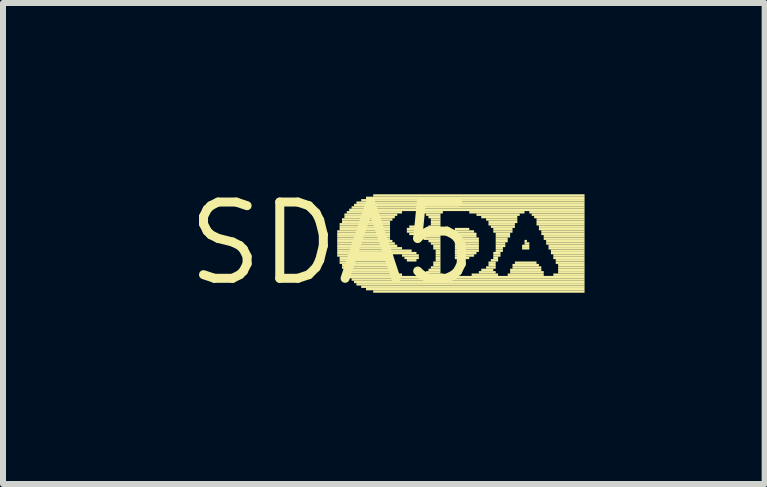
<source format=kicad_pcb>
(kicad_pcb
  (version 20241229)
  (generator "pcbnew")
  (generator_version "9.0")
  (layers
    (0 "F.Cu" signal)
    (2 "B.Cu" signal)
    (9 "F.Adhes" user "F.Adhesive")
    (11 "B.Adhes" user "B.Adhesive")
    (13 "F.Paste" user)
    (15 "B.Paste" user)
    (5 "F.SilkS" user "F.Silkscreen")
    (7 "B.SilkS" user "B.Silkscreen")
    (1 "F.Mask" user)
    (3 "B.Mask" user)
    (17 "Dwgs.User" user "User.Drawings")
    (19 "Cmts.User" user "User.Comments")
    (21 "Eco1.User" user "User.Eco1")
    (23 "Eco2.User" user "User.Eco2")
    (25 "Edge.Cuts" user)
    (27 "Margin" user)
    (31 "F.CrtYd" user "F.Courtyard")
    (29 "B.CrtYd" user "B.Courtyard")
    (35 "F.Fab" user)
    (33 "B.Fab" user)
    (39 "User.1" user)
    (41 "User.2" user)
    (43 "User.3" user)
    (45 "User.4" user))
  (footprint "SDA5"
    (layer "F.Cu")
    (at 2.487 1.006)
    (property "Reference" "SDA5" (at 0 0 0) (layer "F.SilkS") (effects (font (size 1.27 1.27) (thickness 0.15))))
    (fp_poly (pts (xy 0.08 -0.18) (xy 0.96 -0.18) (xy 0.96 -0.22) (xy 0.08 -0.22)) (stroke (width 0) (type default)) (fill yes) (layer "F.SilkS"))
    (fp_poly (pts (xy 0.08 -0.14) (xy 0.96 -0.14) (xy 0.96 -0.18) (xy 0.08 -0.18)) (stroke (width 0) (type default)) (fill yes) (layer "F.SilkS"))
    (fp_poly (pts (xy 0.08 -0.1) (xy 0.96 -0.1) (xy 0.96 -0.14) (xy 0.08 -0.14)) (stroke (width 0) (type default)) (fill yes) (layer "F.SilkS"))
    (fp_poly (pts (xy 0.08 -0.06) (xy 0.96 -0.06) (xy 0.96 -0.1) (xy 0.08 -0.1)) (stroke (width 0) (type default)) (fill yes) (layer "F.SilkS"))
    (fp_poly (pts (xy 0.08 -0.02) (xy 1 -0.02) (xy 1 -0.06) (xy 0.08 -0.06)) (stroke (width 0) (type default)) (fill yes) (layer "F.SilkS"))
    (fp_poly (pts (xy 0.08 0.02) (xy 1.04 0.02) (xy 1.04 -0.02) (xy 0.08 -0.02)) (stroke (width 0) (type default)) (fill yes) (layer "F.SilkS"))
    (fp_poly (pts (xy 0.08 0.06) (xy 1.08 0.06) (xy 1.08 0.02) (xy 0.08 0.02)) (stroke (width 0) (type default)) (fill yes) (layer "F.SilkS"))
    (fp_poly (pts (xy 0.08 0.1) (xy 1.16 0.1) (xy 1.16 0.06) (xy 0.08 0.06)) (stroke (width 0) (type default)) (fill yes) (layer "F.SilkS"))
    (fp_poly (pts (xy 0.08 0.14) (xy 1.32 0.14) (xy 1.32 0.1) (xy 0.08 0.1)) (stroke (width 0) (type default)) (fill yes) (layer "F.SilkS"))
    (fp_poly (pts (xy 0.08 0.18) (xy 1.4 0.18) (xy 1.4 0.14) (xy 0.08 0.14)) (stroke (width 0) (type default)) (fill yes) (layer "F.SilkS"))
    (fp_poly (pts (xy 0.08 0.22) (xy 1 0.22) (xy 1 0.18) (xy 0.08 0.18)) (stroke (width 0) (type default)) (fill yes) (layer "F.SilkS"))
    (fp_poly (pts (xy 0.12 -0.3) (xy 0.96 -0.3) (xy 0.96 -0.34) (xy 0.12 -0.34)) (stroke (width 0) (type default)) (fill yes) (layer "F.SilkS"))
    (fp_poly (pts (xy 0.12 -0.26) (xy 0.96 -0.26) (xy 0.96 -0.3) (xy 0.12 -0.3)) (stroke (width 0) (type default)) (fill yes) (layer "F.SilkS"))
    (fp_poly (pts (xy 0.12 -0.22) (xy 0.96 -0.22) (xy 0.96 -0.26) (xy 0.12 -0.26)) (stroke (width 0) (type default)) (fill yes) (layer "F.SilkS"))
    (fp_poly (pts (xy 0.12 0.26) (xy 0.96 0.26) (xy 0.96 0.22) (xy 0.12 0.22)) (stroke (width 0) (type default)) (fill yes) (layer "F.SilkS"))
    (fp_poly (pts (xy 0.12 0.3) (xy 0.92 0.3) (xy 0.92 0.26) (xy 0.12 0.26)) (stroke (width 0) (type default)) (fill yes) (layer "F.SilkS"))
    (fp_poly (pts (xy 0.12 0.34) (xy 0.92 0.34) (xy 0.92 0.3) (xy 0.12 0.3)) (stroke (width 0) (type default)) (fill yes) (layer "F.SilkS"))
    (fp_poly (pts (xy 0.16 -0.38) (xy 1 -0.38) (xy 1 -0.42) (xy 0.16 -0.42)) (stroke (width 0) (type default)) (fill yes) (layer "F.SilkS"))
    (fp_poly (pts (xy 0.16 -0.34) (xy 0.96 -0.34) (xy 0.96 -0.38) (xy 0.16 -0.38)) (stroke (width 0) (type default)) (fill yes) (layer "F.SilkS"))
    (fp_poly (pts (xy 0.16 0.38) (xy 0.96 0.38) (xy 0.96 0.34) (xy 0.16 0.34)) (stroke (width 0) (type default)) (fill yes) (layer "F.SilkS"))
    (fp_poly (pts (xy 0.16 0.42) (xy 0.96 0.42) (xy 0.96 0.38) (xy 0.16 0.38)) (stroke (width 0) (type default)) (fill yes) (layer "F.SilkS"))
    (fp_poly (pts (xy 0.2 -0.46) (xy 1.08 -0.46) (xy 1.08 -0.5) (xy 0.2 -0.5)) (stroke (width 0) (type default)) (fill yes) (layer "F.SilkS"))
    (fp_poly (pts (xy 0.2 -0.42) (xy 1.04 -0.42) (xy 1.04 -0.46) (xy 0.2 -0.46)) (stroke (width 0) (type default)) (fill yes) (layer "F.SilkS"))
    (fp_poly (pts (xy 0.2 0.46) (xy 1 0.46) (xy 1 0.42) (xy 0.2 0.42)) (stroke (width 0) (type default)) (fill yes) (layer "F.SilkS"))
    (fp_poly (pts (xy 0.2 0.5) (xy 1.08 0.5) (xy 1.08 0.46) (xy 0.2 0.46)) (stroke (width 0) (type default)) (fill yes) (layer "F.SilkS"))
    (fp_poly (pts (xy 0.24 -0.5) (xy 1.16 -0.5) (xy 1.16 -0.54) (xy 0.24 -0.54)) (stroke (width 0) (type default)) (fill yes) (layer "F.SilkS"))
    (fp_poly (pts (xy 0.24 0.54) (xy 1.16 0.54) (xy 1.16 0.5) (xy 0.24 0.5)) (stroke (width 0) (type default)) (fill yes) (layer "F.SilkS"))
    (fp_poly (pts (xy 0.28 -0.54) (xy 4.2 -0.54) (xy 4.2 -0.58) (xy 0.28 -0.58)) (stroke (width 0) (type default)) (fill yes) (layer "F.SilkS"))
    (fp_poly (pts (xy 0.28 0.58) (xy 4.2 0.58) (xy 4.2 0.54) (xy 0.28 0.54)) (stroke (width 0) (type default)) (fill yes) (layer "F.SilkS"))
    (fp_poly (pts (xy 0.32 -0.58) (xy 4.2 -0.58) (xy 4.2 -0.62) (xy 0.32 -0.62)) (stroke (width 0) (type default)) (fill yes) (layer "F.SilkS"))
    (fp_poly (pts (xy 0.32 0.62) (xy 4.2 0.62) (xy 4.2 0.58) (xy 0.32 0.58)) (stroke (width 0) (type default)) (fill yes) (layer "F.SilkS"))
    (fp_poly (pts (xy 0.36 -0.62) (xy 4.2 -0.62) (xy 4.2 -0.66) (xy 0.36 -0.66)) (stroke (width 0) (type default)) (fill yes) (layer "F.SilkS"))
    (fp_poly (pts (xy 0.36 0.66) (xy 4.2 0.66) (xy 4.2 0.62) (xy 0.36 0.62)) (stroke (width 0) (type default)) (fill yes) (layer "F.SilkS"))
    (fp_poly (pts (xy 0.4 -0.66) (xy 4.2 -0.66) (xy 4.2 -0.7) (xy 0.4 -0.7)) (stroke (width 0) (type default)) (fill yes) (layer "F.SilkS"))
    (fp_poly (pts (xy 0.4 0.7) (xy 4.2 0.7) (xy 4.2 0.66) (xy 0.4 0.66)) (stroke (width 0) (type default)) (fill yes) (layer "F.SilkS"))
    (fp_poly (pts (xy 0.48 -0.7) (xy 4.2 -0.7) (xy 4.2 -0.74) (xy 0.48 -0.74)) (stroke (width 0) (type default)) (fill yes) (layer "F.SilkS"))
    (fp_poly (pts (xy 0.48 0.74) (xy 4.2 0.74) (xy 4.2 0.7) (xy 0.48 0.7)) (stroke (width 0) (type default)) (fill yes) (layer "F.SilkS"))
    (fp_poly (pts (xy 0.56 -0.74) (xy 4.2 -0.74) (xy 4.2 -0.78) (xy 0.56 -0.78)) (stroke (width 0) (type default)) (fill yes) (layer "F.SilkS"))
    (fp_poly (pts (xy 0.56 0.78) (xy 4.2 0.78) (xy 4.2 0.74) (xy 0.56 0.74)) (stroke (width 0) (type default)) (fill yes) (layer "F.SilkS"))
    (fp_poly (pts (xy 0.68 -0.78) (xy 4.2 -0.78) (xy 4.2 -0.82) (xy 0.68 -0.82)) (stroke (width 0) (type default)) (fill yes) (layer "F.SilkS"))
    (fp_poly (pts (xy 0.68 0.82) (xy 4.2 0.82) (xy 4.2 0.78) (xy 0.68 0.78)) (stroke (width 0) (type default)) (fill yes) (layer "F.SilkS"))
    (fp_poly (pts (xy 1.16 0.22) (xy 1.44 0.22) (xy 1.44 0.18) (xy 1.16 0.18)) (stroke (width 0) (type default)) (fill yes) (layer "F.SilkS"))
    (fp_poly (pts (xy 1.2 0.26) (xy 1.44 0.26) (xy 1.44 0.22) (xy 1.2 0.22)) (stroke (width 0) (type default)) (fill yes) (layer "F.SilkS"))
    (fp_poly (pts (xy 1.24 -0.22) (xy 1.44 -0.22) (xy 1.44 -0.26) (xy 1.24 -0.26)) (stroke (width 0) (type default)) (fill yes) (layer "F.SilkS"))
    (fp_poly (pts (xy 1.24 -0.18) (xy 1.8 -0.18) (xy 1.8 -0.22) (xy 1.24 -0.22)) (stroke (width 0) (type default)) (fill yes) (layer "F.SilkS"))
    (fp_poly (pts (xy 1.24 0.3) (xy 1.4 0.3) (xy 1.4 0.26) (xy 1.24 0.26)) (stroke (width 0) (type default)) (fill yes) (layer "F.SilkS"))
    (fp_poly (pts (xy 1.28 -0.26) (xy 1.4 -0.26) (xy 1.4 -0.3) (xy 1.28 -0.3)) (stroke (width 0) (type default)) (fill yes) (layer "F.SilkS"))
    (fp_poly (pts (xy 1.28 -0.14) (xy 1.8 -0.14) (xy 1.8 -0.18) (xy 1.28 -0.18)) (stroke (width 0) (type default)) (fill yes) (layer "F.SilkS"))
    (fp_poly (pts (xy 1.4 -0.1) (xy 1.8 -0.1) (xy 1.8 -0.14) (xy 1.4 -0.14)) (stroke (width 0) (type default)) (fill yes) (layer "F.SilkS"))
    (fp_poly (pts (xy 1.48 -0.5) (xy 1.84 -0.5) (xy 1.84 -0.54) (xy 1.48 -0.54)) (stroke (width 0) (type default)) (fill yes) (layer "F.SilkS"))
    (fp_poly (pts (xy 1.48 0.54) (xy 1.84 0.54) (xy 1.84 0.5) (xy 1.48 0.5)) (stroke (width 0) (type default)) (fill yes) (layer "F.SilkS"))
    (fp_poly (pts (xy 1.52 -0.06) (xy 1.8 -0.06) (xy 1.8 -0.1) (xy 1.52 -0.1)) (stroke (width 0) (type default)) (fill yes) (layer "F.SilkS"))
    (fp_poly (pts (xy 1.56 -0.46) (xy 1.8 -0.46) (xy 1.8 -0.5) (xy 1.56 -0.5)) (stroke (width 0) (type default)) (fill yes) (layer "F.SilkS"))
    (fp_poly (pts (xy 1.56 -0.22) (xy 1.8 -0.22) (xy 1.8 -0.26) (xy 1.56 -0.26)) (stroke (width 0) (type default)) (fill yes) (layer "F.SilkS"))
    (fp_poly (pts (xy 1.56 0.5) (xy 1.8 0.5) (xy 1.8 0.46) (xy 1.56 0.46)) (stroke (width 0) (type default)) (fill yes) (layer "F.SilkS"))
    (fp_poly (pts (xy 1.6 -0.42) (xy 1.8 -0.42) (xy 1.8 -0.46) (xy 1.6 -0.46)) (stroke (width 0) (type default)) (fill yes) (layer "F.SilkS"))
    (fp_poly (pts (xy 1.6 -0.26) (xy 1.8 -0.26) (xy 1.8 -0.3) (xy 1.6 -0.3)) (stroke (width 0) (type default)) (fill yes) (layer "F.SilkS"))
    (fp_poly (pts (xy 1.6 -0.02) (xy 1.8 -0.02) (xy 1.8 -0.06) (xy 1.6 -0.06)) (stroke (width 0) (type default)) (fill yes) (layer "F.SilkS"))
    (fp_poly (pts (xy 1.6 0.46) (xy 1.8 0.46) (xy 1.8 0.42) (xy 1.6 0.42)) (stroke (width 0) (type default)) (fill yes) (layer "F.SilkS"))
    (fp_poly (pts (xy 1.64 -0.38) (xy 1.8 -0.38) (xy 1.8 -0.42) (xy 1.64 -0.42)) (stroke (width 0) (type default)) (fill yes) (layer "F.SilkS"))
    (fp_poly (pts (xy 1.64 -0.34) (xy 1.8 -0.34) (xy 1.8 -0.38) (xy 1.64 -0.38)) (stroke (width 0) (type default)) (fill yes) (layer "F.SilkS"))
    (fp_poly (pts (xy 1.64 -0.3) (xy 1.8 -0.3) (xy 1.8 -0.34) (xy 1.64 -0.34)) (stroke (width 0) (type default)) (fill yes) (layer "F.SilkS"))
    (fp_poly (pts (xy 1.64 0.02) (xy 1.8 0.02) (xy 1.8 -0.02) (xy 1.64 -0.02)) (stroke (width 0) (type default)) (fill yes) (layer "F.SilkS"))
    (fp_poly (pts (xy 1.64 0.42) (xy 1.8 0.42) (xy 1.8 0.38) (xy 1.64 0.38)) (stroke (width 0) (type default)) (fill yes) (layer "F.SilkS"))
    (fp_poly (pts (xy 1.68 0.06) (xy 1.8 0.06) (xy 1.8 0.02) (xy 1.68 0.02)) (stroke (width 0) (type default)) (fill yes) (layer "F.SilkS"))
    (fp_poly (pts (xy 1.68 0.1) (xy 1.8 0.1) (xy 1.8 0.06) (xy 1.68 0.06)) (stroke (width 0) (type default)) (fill yes) (layer "F.SilkS"))
    (fp_poly (pts (xy 1.68 0.34) (xy 1.8 0.34) (xy 1.8 0.3) (xy 1.68 0.3)) (stroke (width 0) (type default)) (fill yes) (layer "F.SilkS"))
    (fp_poly (pts (xy 1.68 0.38) (xy 1.8 0.38) (xy 1.8 0.34) (xy 1.68 0.34)) (stroke (width 0) (type default)) (fill yes) (layer "F.SilkS"))
    (fp_poly (pts (xy 1.72 0.14) (xy 1.8 0.14) (xy 1.8 0.1) (xy 1.72 0.1)) (stroke (width 0) (type default)) (fill yes) (layer "F.SilkS"))
    (fp_poly (pts (xy 1.72 0.18) (xy 1.8 0.18) (xy 1.8 0.14) (xy 1.72 0.14)) (stroke (width 0) (type default)) (fill yes) (layer "F.SilkS"))
    (fp_poly (pts (xy 1.72 0.22) (xy 1.8 0.22) (xy 1.8 0.18) (xy 1.72 0.18)) (stroke (width 0) (type default)) (fill yes) (layer "F.SilkS"))
    (fp_poly (pts (xy 1.72 0.26) (xy 1.8 0.26) (xy 1.8 0.22) (xy 1.72 0.22)) (stroke (width 0) (type default)) (fill yes) (layer "F.SilkS"))
    (fp_poly (pts (xy 1.72 0.3) (xy 1.8 0.3) (xy 1.8 0.26) (xy 1.72 0.26)) (stroke (width 0) (type default)) (fill yes) (layer "F.SilkS"))
    (fp_poly (pts (xy 2.04 -0.22) (xy 2.28 -0.22) (xy 2.28 -0.26) (xy 2.04 -0.26)) (stroke (width 0) (type default)) (fill yes) (layer "F.SilkS"))
    (fp_poly (pts (xy 2.04 -0.18) (xy 2.36 -0.18) (xy 2.36 -0.22) (xy 2.04 -0.22)) (stroke (width 0) (type default)) (fill yes) (layer "F.SilkS"))
    (fp_poly (pts (xy 2.04 -0.14) (xy 2.4 -0.14) (xy 2.4 -0.18) (xy 2.04 -0.18)) (stroke (width 0) (type default)) (fill yes) (layer "F.SilkS"))
    (fp_poly (pts (xy 2.04 -0.1) (xy 2.4 -0.1) (xy 2.4 -0.14) (xy 2.04 -0.14)) (stroke (width 0) (type default)) (fill yes) (layer "F.SilkS"))
    (fp_poly (pts (xy 2.04 -0.06) (xy 2.44 -0.06) (xy 2.44 -0.1) (xy 2.04 -0.1)) (stroke (width 0) (type default)) (fill yes) (layer "F.SilkS"))
    (fp_poly (pts (xy 2.04 -0.02) (xy 2.44 -0.02) (xy 2.44 -0.06) (xy 2.04 -0.06)) (stroke (width 0) (type default)) (fill yes) (layer "F.SilkS"))
    (fp_poly (pts (xy 2.04 0.02) (xy 2.44 0.02) (xy 2.44 -0.02) (xy 2.04 -0.02)) (stroke (width 0) (type default)) (fill yes) (layer "F.SilkS"))
    (fp_poly (pts (xy 2.04 0.06) (xy 2.44 0.06) (xy 2.44 0.02) (xy 2.04 0.02)) (stroke (width 0) (type default)) (fill yes) (layer "F.SilkS"))
    (fp_poly (pts (xy 2.04 0.1) (xy 2.44 0.1) (xy 2.44 0.06) (xy 2.04 0.06)) (stroke (width 0) (type default)) (fill yes) (layer "F.SilkS"))
    (fp_poly (pts (xy 2.04 0.14) (xy 2.44 0.14) (xy 2.44 0.1) (xy 2.04 0.1)) (stroke (width 0) (type default)) (fill yes) (layer "F.SilkS"))
    (fp_poly (pts (xy 2.04 0.18) (xy 2.4 0.18) (xy 2.4 0.14) (xy 2.04 0.14)) (stroke (width 0) (type default)) (fill yes) (layer "F.SilkS"))
    (fp_poly (pts (xy 2.04 0.22) (xy 2.36 0.22) (xy 2.36 0.18) (xy 2.04 0.18)) (stroke (width 0) (type default)) (fill yes) (layer "F.SilkS"))
    (fp_poly (pts (xy 2.04 0.26) (xy 2.28 0.26) (xy 2.28 0.22) (xy 2.04 0.22)) (stroke (width 0) (type default)) (fill yes) (layer "F.SilkS"))
    (fp_poly (pts (xy 2.28 -0.5) (xy 3.2 -0.5) (xy 3.2 -0.54) (xy 2.28 -0.54)) (stroke (width 0) (type default)) (fill yes) (layer "F.SilkS"))
    (fp_poly (pts (xy 2.32 0.54) (xy 2.76 0.54) (xy 2.76 0.5) (xy 2.32 0.5)) (stroke (width 0) (type default)) (fill yes) (layer "F.SilkS"))
    (fp_poly (pts (xy 2.4 -0.46) (xy 3.12 -0.46) (xy 3.12 -0.5) (xy 2.4 -0.5)) (stroke (width 0) (type default)) (fill yes) (layer "F.SilkS"))
    (fp_poly (pts (xy 2.44 0.5) (xy 2.72 0.5) (xy 2.72 0.46) (xy 2.44 0.46)) (stroke (width 0) (type default)) (fill yes) (layer "F.SilkS"))
    (fp_poly (pts (xy 2.48 -0.42) (xy 3.08 -0.42) (xy 3.08 -0.46) (xy 2.48 -0.46)) (stroke (width 0) (type default)) (fill yes) (layer "F.SilkS"))
    (fp_poly (pts (xy 2.48 0.46) (xy 2.68 0.46) (xy 2.68 0.42) (xy 2.48 0.42)) (stroke (width 0) (type default)) (fill yes) (layer "F.SilkS"))
    (fp_poly (pts (xy 2.56 -0.38) (xy 3.08 -0.38) (xy 3.08 -0.42) (xy 2.56 -0.42)) (stroke (width 0) (type default)) (fill yes) (layer "F.SilkS"))
    (fp_poly (pts (xy 2.56 0.42) (xy 2.72 0.42) (xy 2.72 0.38) (xy 2.56 0.38)) (stroke (width 0) (type default)) (fill yes) (layer "F.SilkS"))
    (fp_poly (pts (xy 2.6 -0.34) (xy 3.08 -0.34) (xy 3.08 -0.38) (xy 2.6 -0.38)) (stroke (width 0) (type default)) (fill yes) (layer "F.SilkS"))
    (fp_poly (pts (xy 2.6 -0.3) (xy 3.04 -0.3) (xy 3.04 -0.34) (xy 2.6 -0.34)) (stroke (width 0) (type default)) (fill yes) (layer "F.SilkS"))
    (fp_poly (pts (xy 2.6 0.34) (xy 2.72 0.34) (xy 2.72 0.3) (xy 2.6 0.3)) (stroke (width 0) (type default)) (fill yes) (layer "F.SilkS"))
    (fp_poly (pts (xy 2.6 0.38) (xy 2.72 0.38) (xy 2.72 0.34) (xy 2.6 0.34)) (stroke (width 0) (type default)) (fill yes) (layer "F.SilkS"))
    (fp_poly (pts (xy 2.64 -0.26) (xy 3.04 -0.26) (xy 3.04 -0.3) (xy 2.64 -0.3)) (stroke (width 0) (type default)) (fill yes) (layer "F.SilkS"))
    (fp_poly (pts (xy 2.64 0.3) (xy 2.76 0.3) (xy 2.76 0.26) (xy 2.64 0.26)) (stroke (width 0) (type default)) (fill yes) (layer "F.SilkS"))
    (fp_poly (pts (xy 2.68 -0.22) (xy 3 -0.22) (xy 3 -0.26) (xy 2.68 -0.26)) (stroke (width 0) (type default)) (fill yes) (layer "F.SilkS"))
    (fp_poly (pts (xy 2.68 -0.18) (xy 3 -0.18) (xy 3 -0.22) (xy 2.68 -0.22)) (stroke (width 0) (type default)) (fill yes) (layer "F.SilkS"))
    (fp_poly (pts (xy 2.68 0.18) (xy 2.8 0.18) (xy 2.8 0.14) (xy 2.68 0.14)) (stroke (width 0) (type default)) (fill yes) (layer "F.SilkS"))
    (fp_poly (pts (xy 2.68 0.22) (xy 2.8 0.22) (xy 2.8 0.18) (xy 2.68 0.18)) (stroke (width 0) (type default)) (fill yes) (layer "F.SilkS"))
    (fp_poly (pts (xy 2.68 0.26) (xy 2.76 0.26) (xy 2.76 0.22) (xy 2.68 0.22)) (stroke (width 0) (type default)) (fill yes) (layer "F.SilkS"))
    (fp_poly (pts (xy 2.72 -0.14) (xy 2.96 -0.14) (xy 2.96 -0.18) (xy 2.72 -0.18)) (stroke (width 0) (type default)) (fill yes) (layer "F.SilkS"))
    (fp_poly (pts (xy 2.72 -0.1) (xy 2.96 -0.1) (xy 2.96 -0.14) (xy 2.72 -0.14)) (stroke (width 0) (type default)) (fill yes) (layer "F.SilkS"))
    (fp_poly (pts (xy 2.72 -0.06) (xy 2.92 -0.06) (xy 2.92 -0.1) (xy 2.72 -0.1)) (stroke (width 0) (type default)) (fill yes) (layer "F.SilkS"))
    (fp_poly (pts (xy 2.72 -0.02) (xy 2.92 -0.02) (xy 2.92 -0.06) (xy 2.72 -0.06)) (stroke (width 0) (type default)) (fill yes) (layer "F.SilkS"))
    (fp_poly (pts (xy 2.72 0.02) (xy 2.88 0.02) (xy 2.88 -0.02) (xy 2.72 -0.02)) (stroke (width 0) (type default)) (fill yes) (layer "F.SilkS"))
    (fp_poly (pts (xy 2.72 0.06) (xy 2.88 0.06) (xy 2.88 0.02) (xy 2.72 0.02)) (stroke (width 0) (type default)) (fill yes) (layer "F.SilkS"))
    (fp_poly (pts (xy 2.72 0.1) (xy 2.84 0.1) (xy 2.84 0.06) (xy 2.72 0.06)) (stroke (width 0) (type default)) (fill yes) (layer "F.SilkS"))
    (fp_poly (pts (xy 2.72 0.14) (xy 2.84 0.14) (xy 2.84 0.1) (xy 2.72 0.1)) (stroke (width 0) (type default)) (fill yes) (layer "F.SilkS"))
    (fp_poly (pts (xy 2.92 0.54) (xy 3.52 0.54) (xy 3.52 0.5) (xy 2.92 0.5)) (stroke (width 0) (type default)) (fill yes) (layer "F.SilkS"))
    (fp_poly (pts (xy 2.96 0.46) (xy 3.48 0.46) (xy 3.48 0.42) (xy 2.96 0.42)) (stroke (width 0) (type default)) (fill yes) (layer "F.SilkS"))
    (fp_poly (pts (xy 2.96 0.5) (xy 3.52 0.5) (xy 3.52 0.46) (xy 2.96 0.46)) (stroke (width 0) (type default)) (fill yes) (layer "F.SilkS"))
    (fp_poly (pts (xy 3 0.38) (xy 3.44 0.38) (xy 3.44 0.34) (xy 3 0.34)) (stroke (width 0) (type default)) (fill yes) (layer "F.SilkS"))
    (fp_poly (pts (xy 3 0.42) (xy 3.48 0.42) (xy 3.48 0.38) (xy 3 0.38)) (stroke (width 0) (type default)) (fill yes) (layer "F.SilkS"))
    (fp_poly (pts (xy 3.04 0.34) (xy 3.4 0.34) (xy 3.4 0.3) (xy 3.04 0.3)) (stroke (width 0) (type default)) (fill yes) (layer "F.SilkS"))
    (fp_poly (pts (xy 3.16 0.06) (xy 3.28 0.06) (xy 3.28 0.02) (xy 3.16 0.02)) (stroke (width 0) (type default)) (fill yes) (layer "F.SilkS"))
    (fp_poly (pts (xy 3.16 0.1) (xy 3.28 0.1) (xy 3.28 0.06) (xy 3.16 0.06)) (stroke (width 0) (type default)) (fill yes) (layer "F.SilkS"))
    (fp_poly (pts (xy 3.2 -0.02) (xy 3.24 -0.02) (xy 3.24 -0.06) (xy 3.2 -0.06)) (stroke (width 0) (type default)) (fill yes) (layer "F.SilkS"))
    (fp_poly (pts (xy 3.2 0.02) (xy 3.28 0.02) (xy 3.28 -0.02) (xy 3.2 -0.02)) (stroke (width 0) (type default)) (fill yes) (layer "F.SilkS"))
    (fp_poly (pts (xy 3.28 -0.5) (xy 4.2 -0.5) (xy 4.2 -0.54) (xy 3.28 -0.54)) (stroke (width 0) (type default)) (fill yes) (layer "F.SilkS"))
    (fp_poly (pts (xy 3.32 -0.46) (xy 4.2 -0.46) (xy 4.2 -0.5) (xy 3.32 -0.5)) (stroke (width 0) (type default)) (fill yes) (layer "F.SilkS"))
    (fp_poly (pts (xy 3.36 -0.42) (xy 4.2 -0.42) (xy 4.2 -0.46) (xy 3.36 -0.46)) (stroke (width 0) (type default)) (fill yes) (layer "F.SilkS"))
    (fp_poly (pts (xy 3.4 -0.38) (xy 4.2 -0.38) (xy 4.2 -0.42) (xy 3.4 -0.42)) (stroke (width 0) (type default)) (fill yes) (layer "F.SilkS"))
    (fp_poly (pts (xy 3.4 -0.34) (xy 4.2 -0.34) (xy 4.2 -0.38) (xy 3.4 -0.38)) (stroke (width 0) (type default)) (fill yes) (layer "F.SilkS"))
    (fp_poly (pts (xy 3.4 -0.3) (xy 4.2 -0.3) (xy 4.2 -0.34) (xy 3.4 -0.34)) (stroke (width 0) (type default)) (fill yes) (layer "F.SilkS"))
    (fp_poly (pts (xy 3.44 -0.26) (xy 4.2 -0.26) (xy 4.2 -0.3) (xy 3.44 -0.3)) (stroke (width 0) (type default)) (fill yes) (layer "F.SilkS"))
    (fp_poly (pts (xy 3.44 -0.22) (xy 4.2 -0.22) (xy 4.2 -0.26) (xy 3.44 -0.26)) (stroke (width 0) (type default)) (fill yes) (layer "F.SilkS"))
    (fp_poly (pts (xy 3.48 -0.18) (xy 4.2 -0.18) (xy 4.2 -0.22) (xy 3.48 -0.22)) (stroke (width 0) (type default)) (fill yes) (layer "F.SilkS"))
    (fp_poly (pts (xy 3.48 -0.14) (xy 4.2 -0.14) (xy 4.2 -0.18) (xy 3.48 -0.18)) (stroke (width 0) (type default)) (fill yes) (layer "F.SilkS"))
    (fp_poly (pts (xy 3.52 -0.1) (xy 4.2 -0.1) (xy 4.2 -0.14) (xy 3.52 -0.14)) (stroke (width 0) (type default)) (fill yes) (layer "F.SilkS"))
    (fp_poly (pts (xy 3.52 -0.06) (xy 4.2 -0.06) (xy 4.2 -0.1) (xy 3.52 -0.1)) (stroke (width 0) (type default)) (fill yes) (layer "F.SilkS"))
    (fp_poly (pts (xy 3.56 -0.02) (xy 4.2 -0.02) (xy 4.2 -0.06) (xy 3.56 -0.06)) (stroke (width 0) (type default)) (fill yes) (layer "F.SilkS"))
    (fp_poly (pts (xy 3.56 0.02) (xy 4.2 0.02) (xy 4.2 -0.02) (xy 3.56 -0.02)) (stroke (width 0) (type default)) (fill yes) (layer "F.SilkS"))
    (fp_poly (pts (xy 3.6 0.06) (xy 4.2 0.06) (xy 4.2 0.02) (xy 3.6 0.02)) (stroke (width 0) (type default)) (fill yes) (layer "F.SilkS"))
    (fp_poly (pts (xy 3.6 0.1) (xy 4.2 0.1) (xy 4.2 0.06) (xy 3.6 0.06)) (stroke (width 0) (type default)) (fill yes) (layer "F.SilkS"))
    (fp_poly (pts (xy 3.64 0.14) (xy 4.2 0.14) (xy 4.2 0.1) (xy 3.64 0.1)) (stroke (width 0) (type default)) (fill yes) (layer "F.SilkS"))
    (fp_poly (pts (xy 3.64 0.18) (xy 4.2 0.18) (xy 4.2 0.14) (xy 3.64 0.14)) (stroke (width 0) (type default)) (fill yes) (layer "F.SilkS"))
    (fp_poly (pts (xy 3.68 0.22) (xy 4.2 0.22) (xy 4.2 0.18) (xy 3.68 0.18)) (stroke (width 0) (type default)) (fill yes) (layer "F.SilkS"))
    (fp_poly (pts (xy 3.68 0.26) (xy 4.2 0.26) (xy 4.2 0.22) (xy 3.68 0.22)) (stroke (width 0) (type default)) (fill yes) (layer "F.SilkS"))
    (fp_poly (pts (xy 3.68 0.54) (xy 4.2 0.54) (xy 4.2 0.5) (xy 3.68 0.5)) (stroke (width 0) (type default)) (fill yes) (layer "F.SilkS"))
    (fp_poly (pts (xy 3.72 0.3) (xy 4.2 0.3) (xy 4.2 0.26) (xy 3.72 0.26)) (stroke (width 0) (type default)) (fill yes) (layer "F.SilkS"))
    (fp_poly (pts (xy 3.72 0.34) (xy 4.2 0.34) (xy 4.2 0.3) (xy 3.72 0.3)) (stroke (width 0) (type default)) (fill yes) (layer "F.SilkS"))
    (fp_poly (pts (xy 3.76 0.38) (xy 4.2 0.38) (xy 4.2 0.34) (xy 3.76 0.34)) (stroke (width 0) (type default)) (fill yes) (layer "F.SilkS"))
    (fp_poly (pts (xy 3.76 0.42) (xy 4.2 0.42) (xy 4.2 0.38) (xy 3.76 0.38)) (stroke (width 0) (type default)) (fill yes) (layer "F.SilkS"))
    (fp_poly (pts (xy 3.76 0.46) (xy 4.2 0.46) (xy 4.2 0.42) (xy 3.76 0.42)) (stroke (width 0) (type default)) (fill yes) (layer "F.SilkS"))
    (fp_poly (pts (xy 3.76 0.5) (xy 4.2 0.5) (xy 4.2 0.46) (xy 3.76 0.46)) (stroke (width 0) (type default)) (fill yes) (layer "F.SilkS")))
  (gr_rect
    (start -3 -3)
    (end 9.687 5.012)
    (stroke (width 0.1) (type default))
    (fill no)
    (layer "Edge.Cuts")))
</source>
